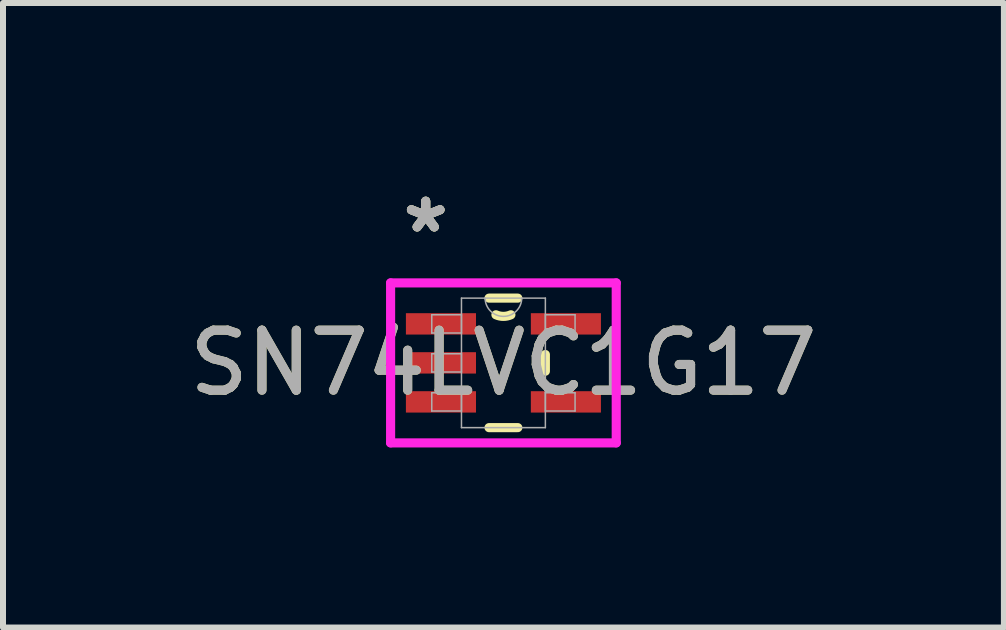
<source format=kicad_pcb>
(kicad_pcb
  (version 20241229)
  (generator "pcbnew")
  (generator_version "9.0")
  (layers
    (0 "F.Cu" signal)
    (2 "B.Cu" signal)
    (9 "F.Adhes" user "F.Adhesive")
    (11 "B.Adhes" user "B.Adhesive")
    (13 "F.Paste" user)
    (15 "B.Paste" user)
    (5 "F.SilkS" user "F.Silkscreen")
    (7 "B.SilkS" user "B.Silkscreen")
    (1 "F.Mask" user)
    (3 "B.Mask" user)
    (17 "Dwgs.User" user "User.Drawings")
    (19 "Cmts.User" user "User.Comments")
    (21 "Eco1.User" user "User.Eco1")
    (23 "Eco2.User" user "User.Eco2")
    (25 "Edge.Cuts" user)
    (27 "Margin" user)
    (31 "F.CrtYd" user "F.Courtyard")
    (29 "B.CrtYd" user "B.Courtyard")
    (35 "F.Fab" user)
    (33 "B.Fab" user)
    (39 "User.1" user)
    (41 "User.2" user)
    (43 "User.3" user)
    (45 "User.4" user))
  (footprint "SN74LVC1G17"
    (layer "F.Cu")
    (at 5.339 2.997)
    (property "Reference" "SN74LVC1G17" (at 0 0 0) (unlocked yes) (layer "F.SilkS") (effects (font (size 1 1) (thickness 0.15))))
    (attr smd)
    (fp_line (start -0.24 1.079) (end 0.24 1.079) (stroke (width 0.152) (type solid)) (layer "F.SilkS"))
    (fp_line (start 0.24 -1.079) (end -0.24 -1.079) (stroke (width 0.152) (type solid)) (layer "F.SilkS"))
    (fp_line (start 0.699 0.139) (end 0.699 -0.139) (stroke (width 0.152) (type solid)) (layer "F.SilkS"))
    (fp_arc (start 0.12446 -0.801269) (mid 0 -0.7747) (end -0.12446 -0.801269) (stroke (width 0.1524) (type solid)) (layer "F.SilkS"))
    (fp_line (start -1.88 -1.333) (end 1.88 -1.333) (stroke (width 0.152) (type solid)) (layer "F.CrtYd"))
    (fp_line (start -1.88 1.333) (end -1.88 -1.333) (stroke (width 0.152) (type solid)) (layer "F.CrtYd"))
    (fp_line (start 1.88 -1.333) (end 1.88 1.333) (stroke (width 0.152) (type solid)) (layer "F.CrtYd"))
    (fp_line (start 1.88 1.333) (end -1.88 1.333) (stroke (width 0.152) (type solid)) (layer "F.CrtYd"))
    (fp_line (start -1.194 -0.802) (end -1.194 -0.498) (stroke (width 0.025) (type solid)) (layer "F.Fab"))
    (fp_line (start -1.194 -0.498) (end -0.699 -0.498) (stroke (width 0.025) (type solid)) (layer "F.Fab"))
    (fp_line (start -1.194 -0.152) (end -1.194 0.152) (stroke (width 0.025) (type solid)) (layer "F.Fab"))
    (fp_line (start -1.194 0.152) (end -0.699 0.152) (stroke (width 0.025) (type solid)) (layer "F.Fab"))
    (fp_line (start -1.194 0.498) (end -1.194 0.802) (stroke (width 0.025) (type solid)) (layer "F.Fab"))
    (fp_line (start -1.194 0.802) (end -0.699 0.802) (stroke (width 0.025) (type solid)) (layer "F.Fab"))
    (fp_line (start -0.699 -1.079) (end -0.699 1.079) (stroke (width 0.025) (type solid)) (layer "F.Fab"))
    (fp_line (start -0.699 -0.802) (end -1.194 -0.802) (stroke (width 0.025) (type solid)) (layer "F.Fab"))
    (fp_line (start -0.699 -0.498) (end -0.699 -0.802) (stroke (width 0.025) (type solid)) (layer "F.Fab"))
    (fp_line (start -0.699 -0.152) (end -1.194 -0.152) (stroke (width 0.025) (type solid)) (layer "F.Fab"))
    (fp_line (start -0.699 0.152) (end -0.699 -0.152) (stroke (width 0.025) (type solid)) (layer "F.Fab"))
    (fp_line (start -0.699 0.498) (end -1.194 0.498) (stroke (width 0.025) (type solid)) (layer "F.Fab"))
    (fp_line (start -0.699 0.802) (end -0.699 0.498) (stroke (width 0.025) (type solid)) (layer "F.Fab"))
    (fp_line (start -0.699 1.079) (end 0.699 1.079) (stroke (width 0.025) (type solid)) (layer "F.Fab"))
    (fp_line (start 0.699 -1.079) (end -0.699 -1.079) (stroke (width 0.025) (type solid)) (layer "F.Fab"))
    (fp_line (start 0.699 -0.802) (end 0.699 -0.498) (stroke (width 0.025) (type solid)) (layer "F.Fab"))
    (fp_line (start 0.699 -0.498) (end 1.194 -0.498) (stroke (width 0.025) (type solid)) (layer "F.Fab"))
    (fp_line (start 0.699 0.498) (end 0.699 0.802) (stroke (width 0.025) (type solid)) (layer "F.Fab"))
    (fp_line (start 0.699 0.802) (end 1.194 0.802) (stroke (width 0.025) (type solid)) (layer "F.Fab"))
    (fp_line (start 0.699 1.079) (end 0.699 -1.079) (stroke (width 0.025) (type solid)) (layer "F.Fab"))
    (fp_line (start 1.194 -0.802) (end 0.699 -0.802) (stroke (width 0.025) (type solid)) (layer "F.Fab"))
    (fp_line (start 1.194 -0.498) (end 1.194 -0.802) (stroke (width 0.025) (type solid)) (layer "F.Fab"))
    (fp_line (start 1.194 0.498) (end 0.699 0.498) (stroke (width 0.025) (type solid)) (layer "F.Fab"))
    (fp_line (start 1.194 0.802) (end 1.194 0.498) (stroke (width 0.025) (type solid)) (layer "F.Fab"))
    (fp_arc (start 0.3048 -1.0795) (mid 0 -0.7747) (end -0.3048 -1.0795) (stroke (width 0.0254) (type solid)) (layer "F.Fab"))
    (fp_text user "*" (at -1.295 -2.149 0) (unlocked yes) (layer "F.SilkS") (effects (font (size 1 1) (thickness 0.15))))
    (fp_text user "*" (at -1.295 -2.149 0) (layer "F.SilkS") (effects (font (size 1 1) (thickness 0.15))))
    (fp_text user "*" (at -1.295 -2.149 0) (layer "F.Fab") (effects (font (size 1 1) (thickness 0.15))))
    (fp_text user "${REFERENCE}" (at 0 0 0) (unlocked yes) (layer "F.Fab") (effects (font (size 1 1) (thickness 0.15))))
    (fp_text user "*" (at -1.295 -2.149 0) (unlocked yes) (layer "F.Fab") (effects (font (size 1 1) (thickness 0.15))))
    (pad "1" smd rect (at -1.041 -0.65) (size 1.168 0.356) (layers "F.Cu" "F.Mask" "F.Paste"))
    (pad "2" smd rect (at -1.041 0) (size 1.168 0.356) (layers "F.Cu" "F.Mask" "F.Paste"))
    (pad "3" smd rect (at -1.041 0.65) (size 1.168 0.356) (layers "F.Cu" "F.Mask" "F.Paste"))
    (pad "4" smd rect (at 1.041 0.65) (size 1.168 0.356) (layers "F.Cu" "F.Mask" "F.Paste"))
    (pad "5" smd rect (at 1.041 -0.65) (size 1.168 0.356) (layers "F.Cu" "F.Mask" "F.Paste")))
  (gr_rect
    (start -3 -3)
    (end 13.679 7.407)
    (stroke (width 0.1) (type default))
    (fill no)
    (layer "Edge.Cuts")))
</source>
